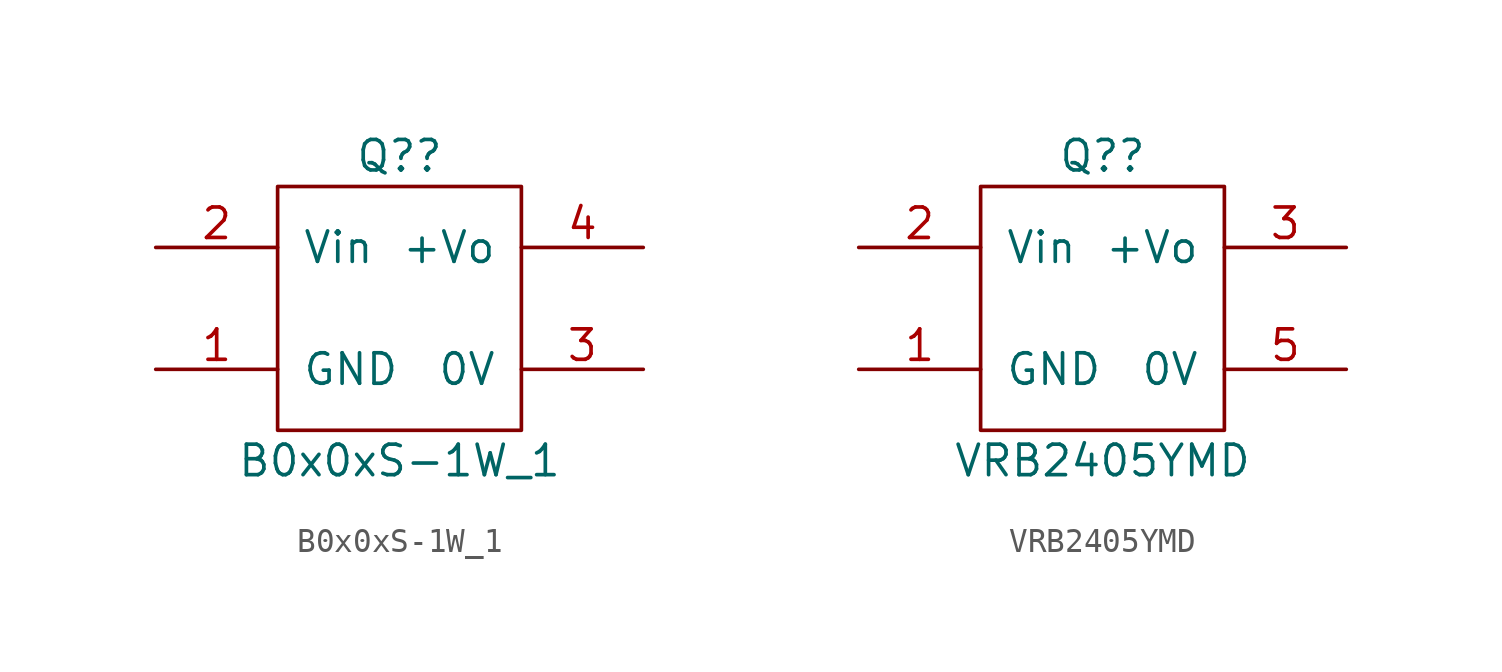
<source format=kicad_sym>
(kicad_symbol_lib
  (version 20211014)
  (generator kicad_symbol_editor)
  (symbol "B0x0xS-1W_1"
    (pin_names
      (offset 1.016))
    (property "Reference" "Q?"
      (at 0 6.35 0)
      (effects (font (size 1.27 1.27))))
    (property "Value" "B0x0xS-1W_1"
      (at 0 -6.35 0)
      (effects (font (size 1.27 1.27))))
    (symbol "B0x0xS-1W_1_0_1"
      (rectangle (start -5.08 5.08) (end 5.08 -5.08) (stroke (width 0) (type default) (color 0 0 0 0)) (fill (type none))))
    (symbol "B0x0xS-1W_1_1_1"
      (pin power_in line (at -10.16 -2.54 0) (length 5.08) (name "GND" (effects (font (size 1.27 1.27)))) (number "1" (effects (font (size 1.27 1.27)))))
      (pin power_in line (at -10.16 2.54 0) (length 5.08) (name "Vin" (effects (font (size 1.27 1.27)))) (number "2" (effects (font (size 1.27 1.27)))))
      (pin power_out line (at 10.16 -2.54 180) (length 5.08) (name "0V" (effects (font (size 1.27 1.27)))) (number "3" (effects (font (size 1.27 1.27)))))
      (pin power_out line (at 10.16 2.54 180) (length 5.08) (name "+Vo" (effects (font (size 1.27 1.27)))) (number "4" (effects (font (size 1.27 1.27)))))))
  (symbol "VRB2405YMD"
    (pin_names
      (offset 1.016))
    (property "Reference" "Q?"
      (at 0 6.35 0)
      (effects (font (size 1.27 1.27))))
    (property "Value" "VRB2405YMD"
      (at 0 -6.35 0)
      (effects (font (size 1.27 1.27))))
    (symbol "VRB2405YMD_0_1"
      (rectangle (start -5.08 5.08) (end 5.08 -5.08) (stroke (width 0) (type default) (color 0 0 0 0)) (fill (type none))))
    (symbol "VRB2405YMD_1_1"
      (pin power_in line (at -10.16 -2.54 0) (length 5.08) (name "GND" (effects (font (size 1.27 1.27)))) (number "1" (effects (font (size 1.27 1.27)))))
      (pin power_in line (at -10.16 2.54 0) (length 5.08) (name "Vin" (effects (font (size 1.27 1.27)))) (number "2" (effects (font (size 1.27 1.27)))))
      (pin power_out line (at 10.16 2.54 180) (length 5.08) (name "+Vo" (effects (font (size 1.27 1.27)))) (number "3" (effects (font (size 1.27 1.27)))))
      (pin power_out line (at 10.16 -2.54 180) (length 5.08) (name "0V" (effects (font (size 1.27 1.27)))) (number "5" (effects (font (size 1.27 1.27))))))))
</source>
